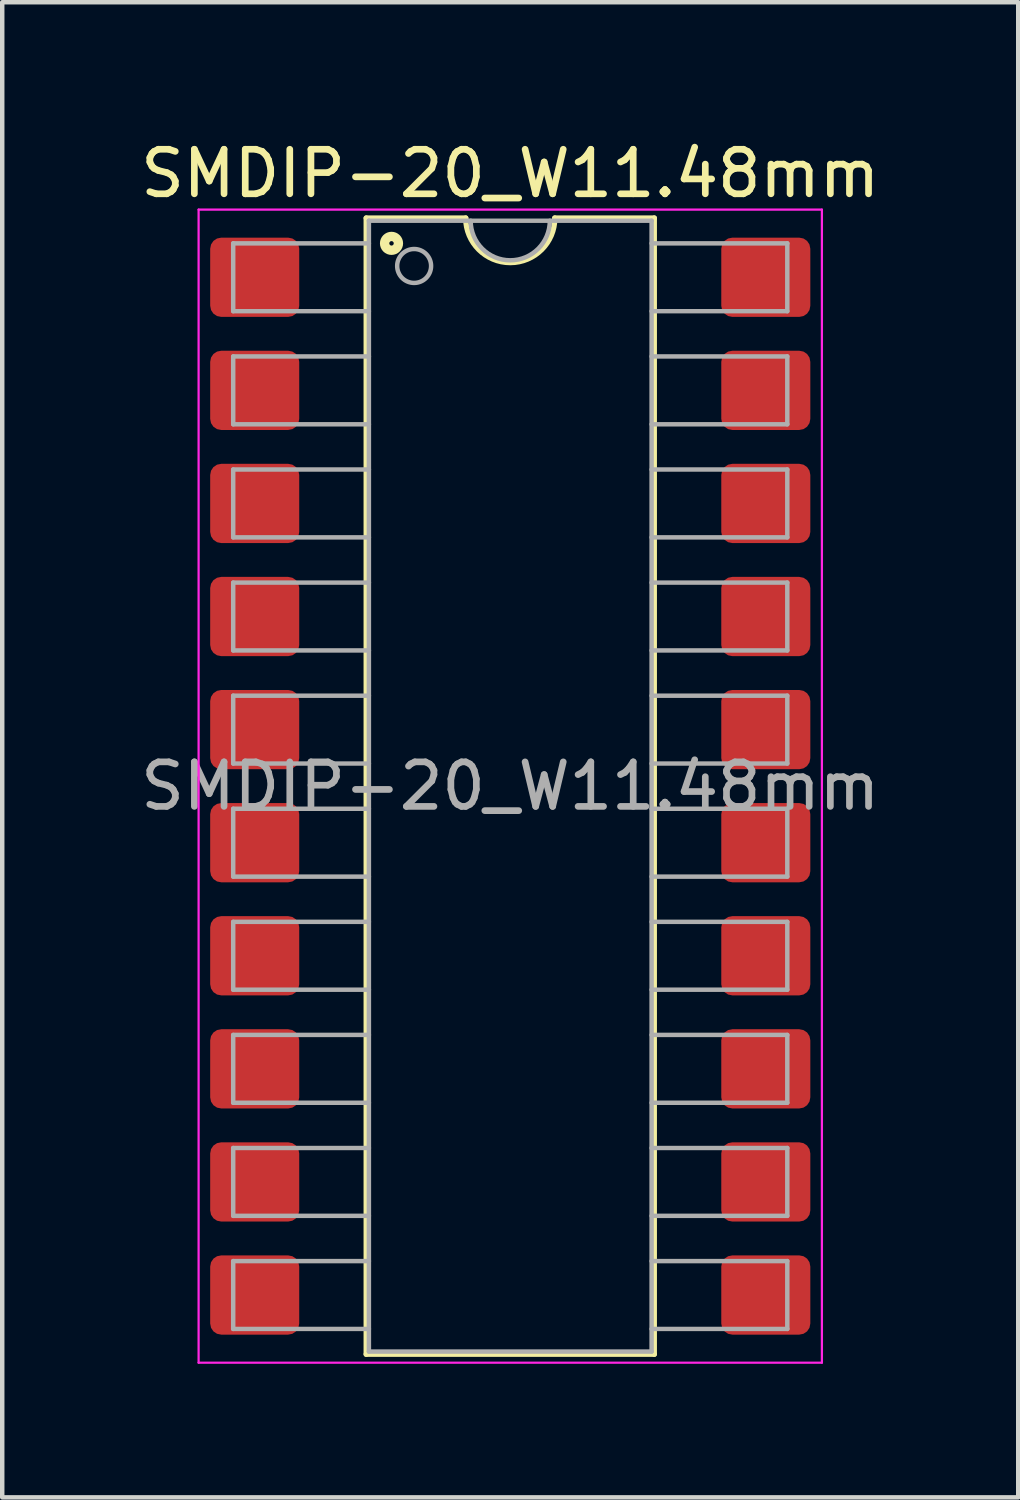
<source format=kicad_pcb>
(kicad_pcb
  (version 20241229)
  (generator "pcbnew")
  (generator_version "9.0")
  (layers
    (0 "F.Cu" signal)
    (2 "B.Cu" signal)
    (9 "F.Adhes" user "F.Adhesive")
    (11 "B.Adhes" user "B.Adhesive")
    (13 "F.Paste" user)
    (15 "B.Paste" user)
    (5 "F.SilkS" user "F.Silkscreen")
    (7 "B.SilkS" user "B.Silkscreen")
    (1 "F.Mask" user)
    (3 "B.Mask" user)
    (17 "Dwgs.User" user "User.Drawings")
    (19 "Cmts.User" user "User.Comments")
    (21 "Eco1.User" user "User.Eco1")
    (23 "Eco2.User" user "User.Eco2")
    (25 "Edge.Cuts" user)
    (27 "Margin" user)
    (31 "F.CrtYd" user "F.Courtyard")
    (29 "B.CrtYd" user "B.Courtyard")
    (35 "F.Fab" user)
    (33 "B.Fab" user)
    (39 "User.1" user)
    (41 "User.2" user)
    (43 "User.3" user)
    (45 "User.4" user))
  (footprint "SMDIP-20_W11.48mm"
    (layer "F.Cu")
    (at 8.411 14.608)
    (property "Reference" "SMDIP-20_W11.48mm" (at 0 -13.76 0) (layer "F.SilkS") (effects (font (size 1 1) (thickness 0.15))))
    (attr smd)
    (fp_line (start -3.235 -12.76) (end -3.235 12.76) (stroke (width 0.12) (type solid)) (layer "F.SilkS"))
    (fp_line (start -3.235 12.76) (end 3.235 12.76) (stroke (width 0.12) (type solid)) (layer "F.SilkS"))
    (fp_line (start -1 -12.76) (end -3.235 -12.76) (stroke (width 0.12) (type solid)) (layer "F.SilkS"))
    (fp_line (start 3.235 -12.76) (end 1 -12.76) (stroke (width 0.12) (type solid)) (layer "F.SilkS"))
    (fp_line (start 3.235 12.76) (end 3.235 -12.76) (stroke (width 0.12) (type solid)) (layer "F.SilkS"))
    (fp_arc (start 1 -12.76) (mid 0 -11.76) (end -1 -12.76) (stroke (width 0.12) (type solid)) (layer "F.SilkS"))
    (fp_circle (center -2.667 -12.192) (end -2.617 -12.192) (stroke (width 0.12) (type solid)) (fill no) (layer "F.SilkS"))
    (fp_circle (center -2.667 -12.192) (end -2.542 -12.192) (stroke (width 0.12) (type solid)) (fill no) (layer "F.SilkS"))
    (fp_circle (center -2.667 -12.192) (end -2.467 -12.192) (stroke (width 0.12) (type solid)) (fill no) (layer "F.SilkS"))
    (fp_line (start -7 -12.95) (end -7 12.95) (stroke (width 0.05) (type solid)) (layer "F.CrtYd"))
    (fp_line (start -7 12.95) (end 7 12.95) (stroke (width 0.05) (type solid)) (layer "F.CrtYd"))
    (fp_line (start 7 -12.95) (end -7 -12.95) (stroke (width 0.05) (type solid)) (layer "F.CrtYd"))
    (fp_line (start 7 12.95) (end 7 -12.95) (stroke (width 0.05) (type solid)) (layer "F.CrtYd"))
    (fp_line (start -6.223 -12.192) (end -6.223 -10.668) (stroke (width 0.1) (type solid)) (layer "F.Fab"))
    (fp_line (start -6.223 -12.192) (end -3.175 -12.192) (stroke (width 0.1) (type solid)) (layer "F.Fab"))
    (fp_line (start -6.223 -10.668) (end -3.175 -10.668) (stroke (width 0.1) (type solid)) (layer "F.Fab"))
    (fp_line (start -6.223 -9.652) (end -6.223 -8.128) (stroke (width 0.1) (type solid)) (layer "F.Fab"))
    (fp_line (start -6.223 -9.652) (end -3.175 -9.652) (stroke (width 0.1) (type solid)) (layer "F.Fab"))
    (fp_line (start -6.223 -8.128) (end -3.175 -8.128) (stroke (width 0.1) (type solid)) (layer "F.Fab"))
    (fp_line (start -6.223 -7.112) (end -6.223 -5.588) (stroke (width 0.1) (type solid)) (layer "F.Fab"))
    (fp_line (start -6.223 -7.112) (end -3.175 -7.112) (stroke (width 0.1) (type solid)) (layer "F.Fab"))
    (fp_line (start -6.223 -5.588) (end -3.175 -5.588) (stroke (width 0.1) (type solid)) (layer "F.Fab"))
    (fp_line (start -6.223 -4.572) (end -6.223 -3.048) (stroke (width 0.1) (type solid)) (layer "F.Fab"))
    (fp_line (start -6.223 -4.572) (end -3.175 -4.572) (stroke (width 0.1) (type solid)) (layer "F.Fab"))
    (fp_line (start -6.223 -3.048) (end -3.175 -3.048) (stroke (width 0.1) (type solid)) (layer "F.Fab"))
    (fp_line (start -6.223 -2.032) (end -6.223 -0.508) (stroke (width 0.1) (type solid)) (layer "F.Fab"))
    (fp_line (start -6.223 -2.032) (end -3.175 -2.032) (stroke (width 0.1) (type solid)) (layer "F.Fab"))
    (fp_line (start -6.223 -0.508) (end -3.175 -0.508) (stroke (width 0.1) (type solid)) (layer "F.Fab"))
    (fp_line (start -6.223 0.508) (end -6.223 2.032) (stroke (width 0.1) (type solid)) (layer "F.Fab"))
    (fp_line (start -6.223 0.508) (end -3.175 0.508) (stroke (width 0.1) (type solid)) (layer "F.Fab"))
    (fp_line (start -6.223 2.032) (end -3.175 2.032) (stroke (width 0.1) (type solid)) (layer "F.Fab"))
    (fp_line (start -6.223 3.048) (end -6.223 4.572) (stroke (width 0.1) (type solid)) (layer "F.Fab"))
    (fp_line (start -6.223 3.048) (end -3.175 3.048) (stroke (width 0.1) (type solid)) (layer "F.Fab"))
    (fp_line (start -6.223 4.572) (end -3.175 4.572) (stroke (width 0.1) (type solid)) (layer "F.Fab"))
    (fp_line (start -6.223 5.588) (end -6.223 7.112) (stroke (width 0.1) (type solid)) (layer "F.Fab"))
    (fp_line (start -6.223 5.588) (end -3.175 5.588) (stroke (width 0.1) (type solid)) (layer "F.Fab"))
    (fp_line (start -6.223 7.112) (end -3.175 7.112) (stroke (width 0.1) (type solid)) (layer "F.Fab"))
    (fp_line (start -6.223 8.128) (end -6.223 9.652) (stroke (width 0.1) (type solid)) (layer "F.Fab"))
    (fp_line (start -6.223 8.128) (end -3.175 8.128) (stroke (width 0.1) (type solid)) (layer "F.Fab"))
    (fp_line (start -6.223 9.652) (end -3.175 9.652) (stroke (width 0.1) (type solid)) (layer "F.Fab"))
    (fp_line (start -6.223 10.668) (end -6.223 12.192) (stroke (width 0.1) (type solid)) (layer "F.Fab"))
    (fp_line (start -6.223 10.668) (end -3.175 10.668) (stroke (width 0.1) (type solid)) (layer "F.Fab"))
    (fp_line (start -6.223 12.192) (end -3.175 12.192) (stroke (width 0.1) (type solid)) (layer "F.Fab"))
    (fp_line (start -3.175 -12.7) (end 3.175 -12.7) (stroke (width 0.1) (type solid)) (layer "F.Fab"))
    (fp_line (start -3.175 12.7) (end -3.175 -12.7) (stroke (width 0.1) (type solid)) (layer "F.Fab"))
    (fp_line (start 3.175 -12.7) (end 3.175 12.7) (stroke (width 0.1) (type solid)) (layer "F.Fab"))
    (fp_line (start 3.175 12.7) (end -3.175 12.7) (stroke (width 0.1) (type solid)) (layer "F.Fab"))
    (fp_line (start 6.223 -12.192) (end 3.175 -12.192) (stroke (width 0.1) (type solid)) (layer "F.Fab"))
    (fp_line (start 6.223 -10.668) (end 3.175 -10.668) (stroke (width 0.1) (type solid)) (layer "F.Fab"))
    (fp_line (start 6.223 -10.668) (end 6.223 -12.192) (stroke (width 0.1) (type solid)) (layer "F.Fab"))
    (fp_line (start 6.223 -9.652) (end 3.175 -9.652) (stroke (width 0.1) (type solid)) (layer "F.Fab"))
    (fp_line (start 6.223 -8.128) (end 3.175 -8.128) (stroke (width 0.1) (type solid)) (layer "F.Fab"))
    (fp_line (start 6.223 -8.128) (end 6.223 -9.652) (stroke (width 0.1) (type solid)) (layer "F.Fab"))
    (fp_line (start 6.223 -7.112) (end 3.175 -7.112) (stroke (width 0.1) (type solid)) (layer "F.Fab"))
    (fp_line (start 6.223 -5.588) (end 3.175 -5.588) (stroke (width 0.1) (type solid)) (layer "F.Fab"))
    (fp_line (start 6.223 -5.588) (end 6.223 -7.112) (stroke (width 0.1) (type solid)) (layer "F.Fab"))
    (fp_line (start 6.223 -4.572) (end 3.175 -4.572) (stroke (width 0.1) (type solid)) (layer "F.Fab"))
    (fp_line (start 6.223 -3.048) (end 3.175 -3.048) (stroke (width 0.1) (type solid)) (layer "F.Fab"))
    (fp_line (start 6.223 -3.048) (end 6.223 -4.572) (stroke (width 0.1) (type solid)) (layer "F.Fab"))
    (fp_line (start 6.223 -2.032) (end 3.175 -2.032) (stroke (width 0.1) (type solid)) (layer "F.Fab"))
    (fp_line (start 6.223 -0.508) (end 3.175 -0.508) (stroke (width 0.1) (type solid)) (layer "F.Fab"))
    (fp_line (start 6.223 -0.508) (end 6.223 -2.032) (stroke (width 0.1) (type solid)) (layer "F.Fab"))
    (fp_line (start 6.223 0.508) (end 3.175 0.508) (stroke (width 0.1) (type solid)) (layer "F.Fab"))
    (fp_line (start 6.223 2.032) (end 3.175 2.032) (stroke (width 0.1) (type solid)) (layer "F.Fab"))
    (fp_line (start 6.223 2.032) (end 6.223 0.508) (stroke (width 0.1) (type solid)) (layer "F.Fab"))
    (fp_line (start 6.223 3.048) (end 3.175 3.048) (stroke (width 0.1) (type solid)) (layer "F.Fab"))
    (fp_line (start 6.223 4.572) (end 3.175 4.572) (stroke (width 0.1) (type solid)) (layer "F.Fab"))
    (fp_line (start 6.223 4.572) (end 6.223 3.048) (stroke (width 0.1) (type solid)) (layer "F.Fab"))
    (fp_line (start 6.223 5.588) (end 3.175 5.588) (stroke (width 0.1) (type solid)) (layer "F.Fab"))
    (fp_line (start 6.223 7.112) (end 3.175 7.112) (stroke (width 0.1) (type solid)) (layer "F.Fab"))
    (fp_line (start 6.223 7.112) (end 6.223 5.588) (stroke (width 0.1) (type solid)) (layer "F.Fab"))
    (fp_line (start 6.223 8.128) (end 3.175 8.128) (stroke (width 0.1) (type solid)) (layer "F.Fab"))
    (fp_line (start 6.223 9.652) (end 3.175 9.652) (stroke (width 0.1) (type solid)) (layer "F.Fab"))
    (fp_line (start 6.223 9.652) (end 6.223 8.128) (stroke (width 0.1) (type solid)) (layer "F.Fab"))
    (fp_line (start 6.223 10.668) (end 3.175 10.668) (stroke (width 0.1) (type solid)) (layer "F.Fab"))
    (fp_line (start 6.223 12.192) (end 3.175 12.192) (stroke (width 0.1) (type solid)) (layer "F.Fab"))
    (fp_line (start 6.223 12.192) (end 6.223 10.668) (stroke (width 0.1) (type solid)) (layer "F.Fab"))
    (fp_arc (start 0.889 -12.7) (mid 0 -11.811) (end -0.889 -12.7) (stroke (width 0.1) (type solid)) (layer "F.Fab"))
    (fp_circle (center -2.159 -11.684) (end -1.778 -11.684) (stroke (width 0.1) (type solid)) (fill no) (layer "F.Fab"))
    (fp_text user "${REFERENCE}" (at 0 0 0) (layer "F.Fab") (effects (font (size 1 1) (thickness 0.15))))
    (pad "1" smd roundrect (at -5.74 -11.43) (size 2 1.78) (layers "F.Cu" "F.Mask" "F.Paste") (roundrect_rratio 0.14))
    (pad "2" smd roundrect (at -5.74 -8.89) (size 2 1.78) (layers "F.Cu" "F.Mask" "F.Paste") (roundrect_rratio 0.14))
    (pad "3" smd roundrect (at -5.74 -6.35) (size 2 1.78) (layers "F.Cu" "F.Mask" "F.Paste") (roundrect_rratio 0.14))
    (pad "4" smd roundrect (at -5.74 -3.81) (size 2 1.78) (layers "F.Cu" "F.Mask" "F.Paste") (roundrect_rratio 0.14))
    (pad "5" smd roundrect (at -5.74 -1.27) (size 2 1.78) (layers "F.Cu" "F.Mask" "F.Paste") (roundrect_rratio 0.14))
    (pad "6" smd roundrect (at -5.74 1.27) (size 2 1.78) (layers "F.Cu" "F.Mask" "F.Paste") (roundrect_rratio 0.14))
    (pad "7" smd roundrect (at -5.74 3.81) (size 2 1.78) (layers "F.Cu" "F.Mask" "F.Paste") (roundrect_rratio 0.14))
    (pad "8" smd roundrect (at -5.74 6.35) (size 2 1.78) (layers "F.Cu" "F.Mask" "F.Paste") (roundrect_rratio 0.14))
    (pad "9" smd roundrect (at -5.74 8.89) (size 2 1.78) (layers "F.Cu" "F.Mask" "F.Paste") (roundrect_rratio 0.14))
    (pad "10" smd roundrect (at -5.74 11.43) (size 2 1.78) (layers "F.Cu" "F.Mask" "F.Paste") (roundrect_rratio 0.14))
    (pad "11" smd roundrect (at 5.74 11.43) (size 2 1.78) (layers "F.Cu" "F.Mask" "F.Paste") (roundrect_rratio 0.14))
    (pad "12" smd roundrect (at 5.74 8.89) (size 2 1.78) (layers "F.Cu" "F.Mask" "F.Paste") (roundrect_rratio 0.14))
    (pad "13" smd roundrect (at 5.74 6.35) (size 2 1.78) (layers "F.Cu" "F.Mask" "F.Paste") (roundrect_rratio 0.14))
    (pad "14" smd roundrect (at 5.74 3.81) (size 2 1.78) (layers "F.Cu" "F.Mask" "F.Paste") (roundrect_rratio 0.14))
    (pad "15" smd roundrect (at 5.74 1.27) (size 2 1.78) (layers "F.Cu" "F.Mask" "F.Paste") (roundrect_rratio 0.14))
    (pad "16" smd roundrect (at 5.74 -1.27) (size 2 1.78) (layers "F.Cu" "F.Mask" "F.Paste") (roundrect_rratio 0.14))
    (pad "17" smd roundrect (at 5.74 -3.81) (size 2 1.78) (layers "F.Cu" "F.Mask" "F.Paste") (roundrect_rratio 0.14))
    (pad "18" smd roundrect (at 5.74 -6.35) (size 2 1.78) (layers "F.Cu" "F.Mask" "F.Paste") (roundrect_rratio 0.14))
    (pad "19" smd roundrect (at 5.74 -8.89) (size 2 1.78) (layers "F.Cu" "F.Mask" "F.Paste") (roundrect_rratio 0.14))
    (pad "20" smd roundrect (at 5.74 -11.43) (size 2 1.78) (layers "F.Cu" "F.Mask" "F.Paste") (roundrect_rratio 0.14)))
  (gr_rect
    (start -3 -3)
    (end 19.821 30.583)
    (stroke (width 0.1) (type default))
    (fill no)
    (layer "Edge.Cuts")))
</source>
